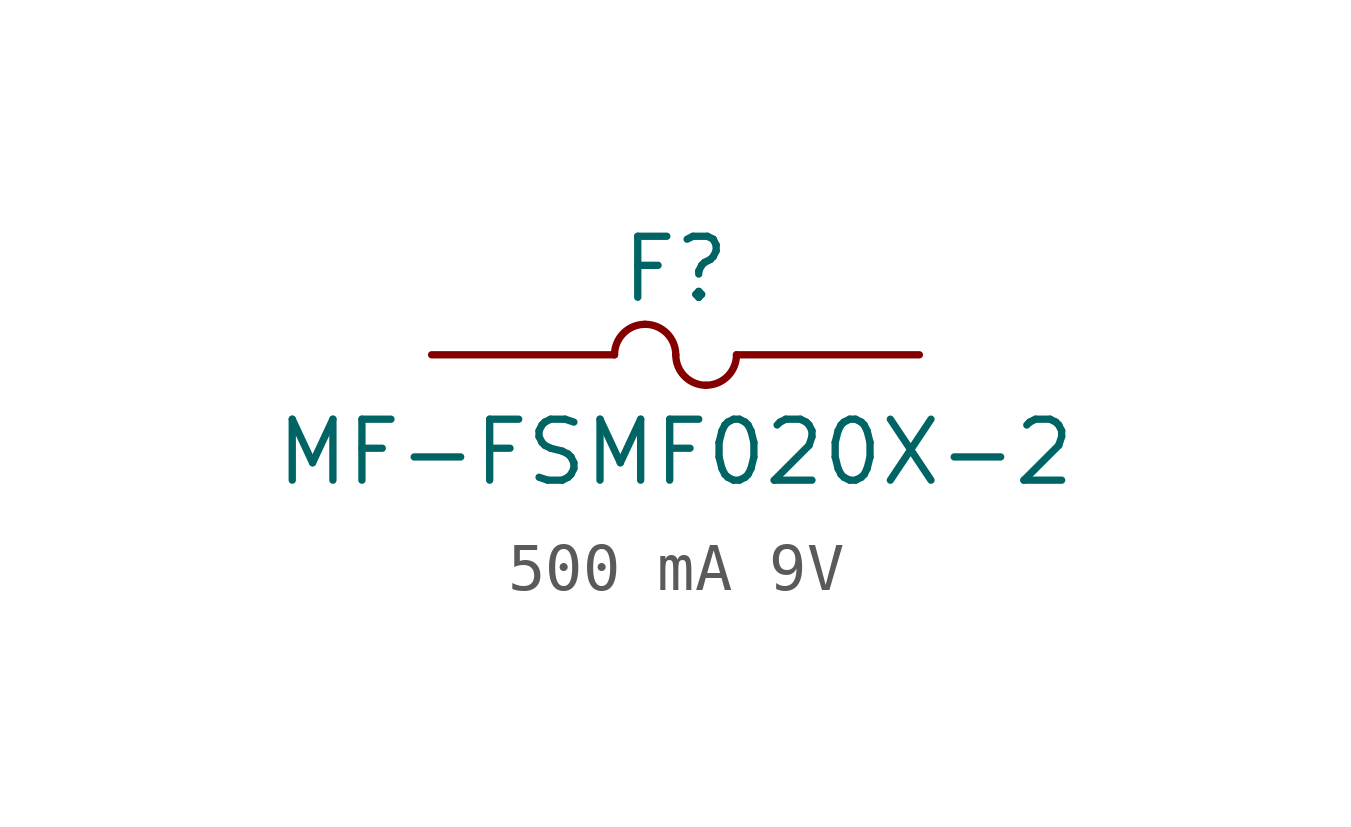
<source format=kicad_sym>
(kicad_symbol_lib
  (version 20241209)
  (generator "kicad_symbol_editor")
  (generator_version "9.0")
  (symbol "500 mA 9V"
    (pin_numbers
      (hide yes))
    (pin_names
      (hide yes))
    (property "Reference" "F"
      (at 0 1.778 0)
      (effects (font (size 1.27 1.27))))
    (property "Value" "MF-FSMF020X-2"
      (at 0 -2.032 0)
      (effects (font (size 1.27 1.27))))
    (symbol "500 mA 9V_0_1"
      (arc (start -1.27 0) (mid -1.084 0.449) (end -0.635 0.635) (stroke (width 0) (type default)) (fill (type none)))
      (arc (start -0.635 0.635) (mid -0.186 0.449) (end 0 0) (stroke (width 0) (type default)) (fill (type none)))
      (arc (start 0.635 -0.635) (mid 0.186 -0.449) (end 0 0) (stroke (width 0) (type default)) (fill (type none)))
      (arc (start 1.27 0) (mid 1.084 -0.449) (end 0.635 -0.635) (stroke (width 0) (type default)) (fill (type none))))
    (symbol "500 mA 9V_1_1"
      (pin passive line (at -5.08 0 0) (length 3.81) (name "1" (effects (font (size 1.27 1.27)))) (number "1" (effects (font (size 1.27 1.27)))))
      (pin passive line (at 5.08 0 180) (length 3.81) (name "2" (effects (font (size 1.27 1.27)))) (number "2" (effects (font (size 1.27 1.27))))))))
</source>
